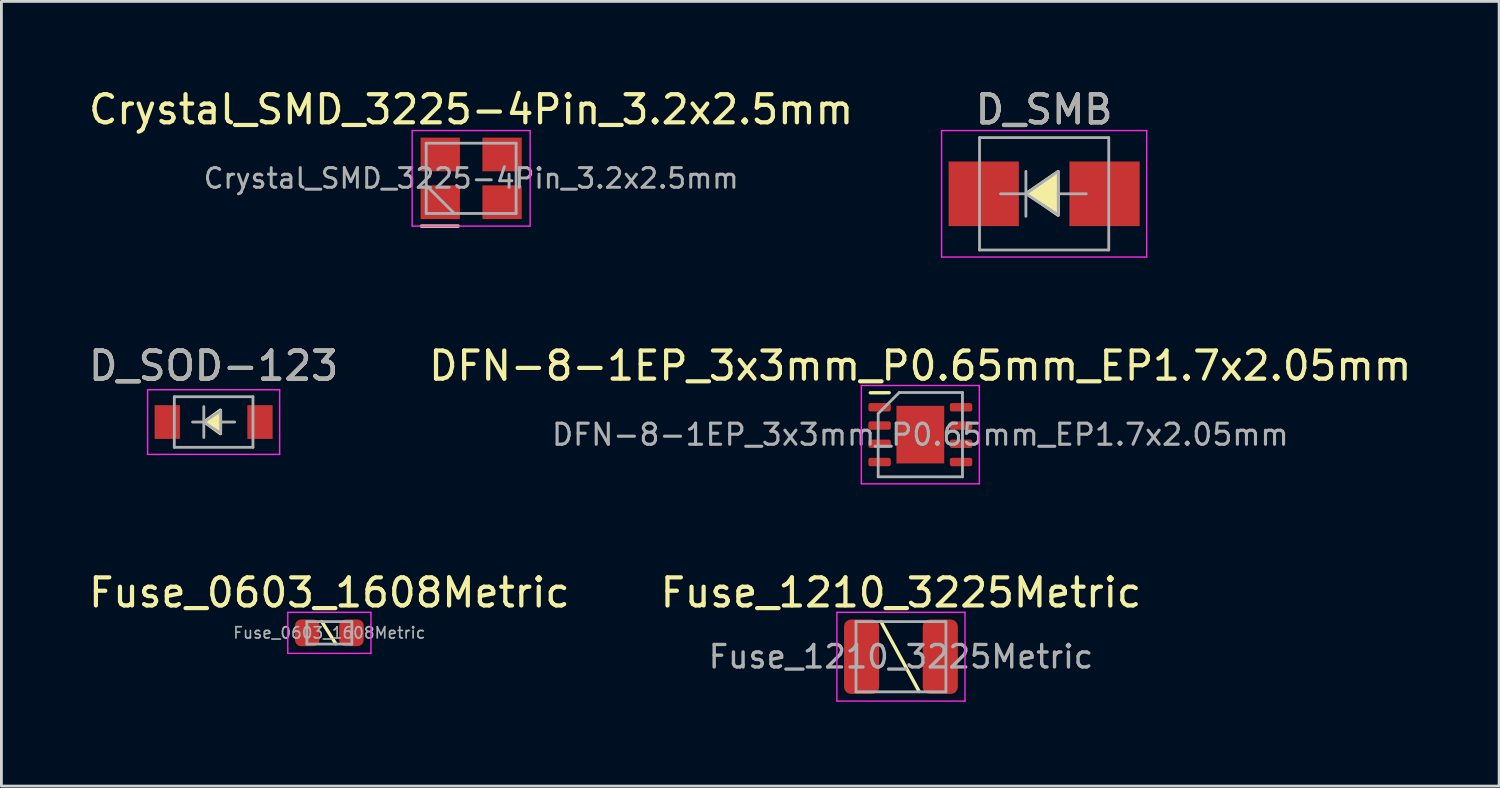
<source format=kicad_pcb>
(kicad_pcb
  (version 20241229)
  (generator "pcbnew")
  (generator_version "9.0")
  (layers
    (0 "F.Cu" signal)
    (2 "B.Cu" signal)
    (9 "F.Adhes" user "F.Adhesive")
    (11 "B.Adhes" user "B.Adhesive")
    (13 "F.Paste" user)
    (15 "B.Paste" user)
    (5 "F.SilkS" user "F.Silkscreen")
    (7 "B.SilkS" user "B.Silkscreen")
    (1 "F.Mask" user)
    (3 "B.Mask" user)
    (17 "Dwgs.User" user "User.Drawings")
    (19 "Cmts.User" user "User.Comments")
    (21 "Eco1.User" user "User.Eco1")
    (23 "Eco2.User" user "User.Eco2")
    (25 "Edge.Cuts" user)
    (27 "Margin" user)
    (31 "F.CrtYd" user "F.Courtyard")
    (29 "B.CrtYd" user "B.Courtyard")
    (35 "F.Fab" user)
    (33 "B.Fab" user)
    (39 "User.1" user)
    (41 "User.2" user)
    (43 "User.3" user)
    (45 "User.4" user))
  (footprint "Crystal_SMD_3225-4Pin_3.2x2.5mm"
    (layer "F.Cu")
    (at 13.72 3.298)
    (property "Reference" "Crystal_SMD_3225-4Pin_3.2x2.5mm" (at 0 -2.45 0) (layer "F.SilkS") (effects (font (size 1 1) (thickness 0.15))))
    (attr smd)
    (fp_line (start -1.77 1.7) (end -0.46 1.7) (stroke (width 0.12) (type solid)) (layer "F.SilkS"))
    (fp_line (start -2.1 -1.7) (end -2.1 1.7) (stroke (width 0.05) (type solid)) (layer "F.CrtYd"))
    (fp_line (start -2.1 1.7) (end 2.1 1.7) (stroke (width 0.05) (type solid)) (layer "F.CrtYd"))
    (fp_line (start 2.1 -1.7) (end -2.1 -1.7) (stroke (width 0.05) (type solid)) (layer "F.CrtYd"))
    (fp_line (start 2.1 1.7) (end 2.1 -1.7) (stroke (width 0.05) (type solid)) (layer "F.CrtYd"))
    (fp_line (start -1.6 -1.25) (end -1.6 1.25) (stroke (width 0.1) (type solid)) (layer "F.Fab"))
    (fp_line (start -1.6 0.25) (end -0.6 1.25) (stroke (width 0.1) (type solid)) (layer "F.Fab"))
    (fp_line (start -1.6 1.25) (end 1.6 1.25) (stroke (width 0.1) (type solid)) (layer "F.Fab"))
    (fp_line (start 1.6 -1.25) (end -1.6 -1.25) (stroke (width 0.1) (type solid)) (layer "F.Fab"))
    (fp_line (start 1.6 1.25) (end 1.6 -1.25) (stroke (width 0.1) (type solid)) (layer "F.Fab"))
    (fp_text user "${REFERENCE}" (at 0 0 0) (layer "F.Fab") (effects (font (size 0.7 0.7) (thickness 0.105))))
    (pad "1" smd rect (at -1.1 0.85) (size 1.4 1.2) (layers "F.Cu" "F.Mask" "F.Paste"))
    (pad "2" smd rect (at 1.1 0.85) (size 1.4 1.2) (layers "F.Cu" "F.Mask" "F.Paste"))
    (pad "3" smd rect (at 1.1 -0.85) (size 1.4 1.2) (layers "F.Cu" "F.Mask" "F.Paste"))
    (pad "4" smd rect (at -1.1 -0.85) (size 1.4 1.2) (layers "F.Cu" "F.Mask" "F.Paste")))
  (footprint "Fuse_0603_1608Metric"
    (layer "F.Cu")
    (at 8.673 19.475)
    (property "Reference" "Fuse_0603_1608Metric" (at 0 -1.43 0) (layer "F.SilkS") (effects (font (size 1 1) (thickness 0.15))))
    (attr smd)
    (fp_line (start -0.27 -0.4) (end 0.23 0.39) (stroke (width 0.12) (type solid)) (layer "F.SilkS"))
    (fp_line (start -1.48 -0.73) (end 1.48 -0.73) (stroke (width 0.05) (type solid)) (layer "F.CrtYd"))
    (fp_line (start -1.48 0.73) (end -1.48 -0.73) (stroke (width 0.05) (type solid)) (layer "F.CrtYd"))
    (fp_line (start 1.48 -0.73) (end 1.48 0.73) (stroke (width 0.05) (type solid)) (layer "F.CrtYd"))
    (fp_line (start 1.48 0.73) (end -1.48 0.73) (stroke (width 0.05) (type solid)) (layer "F.CrtYd"))
    (fp_line (start -0.8 -0.4) (end 0.8 -0.4) (stroke (width 0.1) (type solid)) (layer "F.Fab"))
    (fp_line (start -0.8 0.4) (end -0.8 -0.4) (stroke (width 0.1) (type solid)) (layer "F.Fab"))
    (fp_line (start 0.8 -0.4) (end 0.8 0.4) (stroke (width 0.1) (type solid)) (layer "F.Fab"))
    (fp_line (start 0.8 0.4) (end -0.8 0.4) (stroke (width 0.1) (type solid)) (layer "F.Fab"))
    (fp_text user "${REFERENCE}" (at 0 0 0) (layer "F.Fab") (effects (font (size 0.4 0.4) (thickness 0.06))))
    (pad "1" smd roundrect (at -0.787 0) (size 0.875 0.95) (layers "F.Cu" "F.Mask" "F.Paste") (roundrect_rratio 0.25))
    (pad "2" smd roundrect (at 0.787 0) (size 0.875 0.95) (layers "F.Cu" "F.Mask" "F.Paste") (roundrect_rratio 0.25)))
  (footprint "D_SOD-123"
    (layer "F.Cu")
    (at 4.554 11.972)
    (property "Reference" "D_SOD-123" (at 0 -2 0) (layer "F.SilkS") (effects (font (size 1 1) (thickness 0.15))))
    (attr smd)
    (fp_poly (pts (xy 0.24 0.41) (xy -0.33 -0.01) (xy 0.24 -0.42)) (stroke (width 0.12) (type solid)) (fill yes) (layer "F.SilkS"))
    (fp_line (start -2.35 -1.15) (end -2.35 1.15) (stroke (width 0.05) (type solid)) (layer "F.CrtYd"))
    (fp_line (start -2.35 -1.15) (end 2.35 -1.15) (stroke (width 0.05) (type solid)) (layer "F.CrtYd"))
    (fp_line (start 2.35 -1.15) (end 2.35 1.15) (stroke (width 0.05) (type solid)) (layer "F.CrtYd"))
    (fp_line (start 2.35 1.15) (end -2.35 1.15) (stroke (width 0.05) (type solid)) (layer "F.CrtYd"))
    (fp_line (start -1.4 -0.9) (end 1.4 -0.9) (stroke (width 0.1) (type solid)) (layer "F.Fab"))
    (fp_line (start -1.4 0.9) (end -1.4 -0.9) (stroke (width 0.1) (type solid)) (layer "F.Fab"))
    (fp_line (start -0.75 0) (end -0.35 0) (stroke (width 0.1) (type solid)) (layer "F.Fab"))
    (fp_line (start -0.35 0) (end -0.35 -0.55) (stroke (width 0.1) (type solid)) (layer "F.Fab"))
    (fp_line (start -0.35 0) (end -0.35 0.55) (stroke (width 0.1) (type solid)) (layer "F.Fab"))
    (fp_line (start -0.35 0) (end 0.25 -0.4) (stroke (width 0.1) (type solid)) (layer "F.Fab"))
    (fp_line (start 0.25 -0.4) (end 0.25 0.4) (stroke (width 0.1) (type solid)) (layer "F.Fab"))
    (fp_line (start 0.25 0) (end 0.75 0) (stroke (width 0.1) (type solid)) (layer "F.Fab"))
    (fp_line (start 0.25 0.4) (end -0.35 0) (stroke (width 0.1) (type solid)) (layer "F.Fab"))
    (fp_line (start 1.4 -0.9) (end 1.4 0.9) (stroke (width 0.1) (type solid)) (layer "F.Fab"))
    (fp_line (start 1.4 0.9) (end -1.4 0.9) (stroke (width 0.1) (type solid)) (layer "F.Fab"))
    (fp_text user "${REFERENCE}" (at 0 -2 0) (layer "F.Fab") (effects (font (size 1 1) (thickness 0.15))))
    (pad "1" smd rect (at -1.65 0) (size 0.9 1.2) (layers "F.Cu" "F.Mask" "F.Paste"))
    (pad "2" smd rect (at 1.65 0) (size 0.9 1.2) (layers "F.Cu" "F.Mask" "F.Paste")))
  (footprint "DFN-8-1EP_3x3mm_P0.65mm_EP1.7x2.05mm"
    (layer "F.Cu")
    (at 29.708 12.421)
    (property "Reference" "DFN-8-1EP_3x3mm_P0.65mm_EP1.7x2.05mm" (at 0 -2.45 0) (layer "F.SilkS") (effects (font (size 1 1) (thickness 0.15))))
    (attr smd)
    (fp_line (start -1.78 -1.49) (end -1.108 -1.492) (stroke (width 0.12) (type solid)) (layer "F.SilkS"))
    (fp_line (start -2.1 -1.75) (end -2.1 1.75) (stroke (width 0.05) (type solid)) (layer "F.CrtYd"))
    (fp_line (start -2.1 1.75) (end 2.1 1.75) (stroke (width 0.05) (type solid)) (layer "F.CrtYd"))
    (fp_line (start 2.1 -1.75) (end -2.1 -1.75) (stroke (width 0.05) (type solid)) (layer "F.CrtYd"))
    (fp_line (start 2.1 1.75) (end 2.1 -1.75) (stroke (width 0.05) (type solid)) (layer "F.CrtYd"))
    (fp_line (start -1.5 -0.75) (end -0.75 -1.5) (stroke (width 0.1) (type solid)) (layer "F.Fab"))
    (fp_line (start -1.5 1.5) (end -1.5 -0.75) (stroke (width 0.1) (type solid)) (layer "F.Fab"))
    (fp_line (start -0.75 -1.5) (end 1.5 -1.5) (stroke (width 0.1) (type solid)) (layer "F.Fab"))
    (fp_line (start 1.5 -1.5) (end 1.5 1.5) (stroke (width 0.1) (type solid)) (layer "F.Fab"))
    (fp_line (start 1.5 1.5) (end -1.5 1.5) (stroke (width 0.1) (type solid)) (layer "F.Fab"))
    (fp_text user "${REFERENCE}" (at 0 0 0) (layer "F.Fab") (effects (font (size 0.75 0.75) (thickness 0.11))))
    (pad "" smd roundrect (at -0.425 -0.51) (size 0.69 0.83) (layers "F.Paste") (roundrect_rratio 0.25))
    (pad "" smd roundrect (at -0.425 0.51) (size 0.69 0.83) (layers "F.Paste") (roundrect_rratio 0.25))
    (pad "" smd roundrect (at 0.425 -0.51) (size 0.69 0.83) (layers "F.Paste") (roundrect_rratio 0.25))
    (pad "" smd roundrect (at 0.425 0.51) (size 0.69 0.83) (layers "F.Paste") (roundrect_rratio 0.25))
    (pad "1" smd roundrect (at -1.45 0.975) (size 0.8 0.3) (layers "F.Cu" "F.Mask" "F.Paste") (roundrect_rratio 0.25))
    (pad "2" smd roundrect (at -1.45 -0.975) (size 0.8 0.3) (layers "F.Cu" "F.Mask" "F.Paste") (roundrect_rratio 0.25))
    (pad "2" smd roundrect (at -1.45 -0.325) (size 0.8 0.3) (layers "F.Cu" "F.Mask" "F.Paste") (roundrect_rratio 0.25))
    (pad "2" smd roundrect (at -1.45 0.325) (size 0.8 0.3) (layers "F.Cu" "F.Mask" "F.Paste") (roundrect_rratio 0.25))
    (pad "3" smd rect (at 0 0) (size 1.7 2.05) (layers "F.Cu" "F.Mask"))
    (pad "3" smd roundrect (at 1.45 -0.975) (size 0.8 0.3) (layers "F.Cu" "F.Mask" "F.Paste") (roundrect_rratio 0.25))
    (pad "3" smd roundrect (at 1.45 -0.325) (size 0.8 0.3) (layers "F.Cu" "F.Mask" "F.Paste") (roundrect_rratio 0.25))
    (pad "3" smd roundrect (at 1.45 0.325) (size 0.8 0.3) (layers "F.Cu" "F.Mask" "F.Paste") (roundrect_rratio 0.25))
    (pad "3" smd roundrect (at 1.45 0.975) (size 0.8 0.3) (layers "F.Cu" "F.Mask" "F.Paste") (roundrect_rratio 0.25)))
  (footprint "Fuse_1210_3225Metric"
    (layer "F.Cu")
    (at 29.018 20.325)
    (property "Reference" "Fuse_1210_3225Metric" (at 0 -2.28 0) (layer "F.SilkS") (effects (font (size 1 1) (thickness 0.15))))
    (attr smd)
    (fp_line (start -0.71 -1.25) (end 0.65 1.24) (stroke (width 0.12) (type solid)) (layer "F.SilkS"))
    (fp_line (start -2.28 -1.58) (end 2.28 -1.58) (stroke (width 0.05) (type solid)) (layer "F.CrtYd"))
    (fp_line (start -2.28 1.58) (end -2.28 -1.58) (stroke (width 0.05) (type solid)) (layer "F.CrtYd"))
    (fp_line (start 2.28 -1.58) (end 2.28 1.58) (stroke (width 0.05) (type solid)) (layer "F.CrtYd"))
    (fp_line (start 2.28 1.58) (end -2.28 1.58) (stroke (width 0.05) (type solid)) (layer "F.CrtYd"))
    (fp_line (start -1.6 -1.25) (end 1.6 -1.25) (stroke (width 0.1) (type solid)) (layer "F.Fab"))
    (fp_line (start -1.6 1.25) (end -1.6 -1.25) (stroke (width 0.1) (type solid)) (layer "F.Fab"))
    (fp_line (start 1.6 -1.25) (end 1.6 1.25) (stroke (width 0.1) (type solid)) (layer "F.Fab"))
    (fp_line (start 1.6 1.25) (end -1.6 1.25) (stroke (width 0.1) (type solid)) (layer "F.Fab"))
    (fp_text user "${REFERENCE}" (at 0 0 0) (layer "F.Fab") (effects (font (size 0.8 0.8) (thickness 0.12))))
    (pad "1" smd roundrect (at -1.4 0) (size 1.25 2.65) (layers "F.Cu" "F.Mask" "F.Paste") (roundrect_rratio 0.2))
    (pad "2" smd roundrect (at 1.4 0) (size 1.25 2.65) (layers "F.Cu" "F.Mask" "F.Paste") (roundrect_rratio 0.2)))
  (footprint "D_SMB"
    (layer "F.Cu")
    (at 34.115 3.848)
    (property "Reference" "D_SMB" (at 0 -3 0) (layer "F.SilkS") (effects (font (size 1 1) (thickness 0.15))))
    (attr smd)
    (fp_poly (pts (xy 0.5 0.76) (xy -0.62 -0.02) (xy 0.49 -0.78)) (stroke (width 0.12) (type solid)) (fill yes) (layer "F.SilkS"))
    (fp_line (start -3.65 -2.25) (end 3.65 -2.25) (stroke (width 0.05) (type solid)) (layer "F.CrtYd"))
    (fp_line (start -3.65 2.25) (end -3.65 -2.25) (stroke (width 0.05) (type solid)) (layer "F.CrtYd"))
    (fp_line (start 3.65 -2.25) (end 3.65 2.25) (stroke (width 0.05) (type solid)) (layer "F.CrtYd"))
    (fp_line (start 3.65 2.25) (end -3.65 2.25) (stroke (width 0.05) (type solid)) (layer "F.CrtYd"))
    (fp_line (start -2.3 2) (end -2.3 -2) (stroke (width 0.1) (type solid)) (layer "F.Fab"))
    (fp_line (start -0.649 -0.799) (end -0.649 0.801) (stroke (width 0.1) (type solid)) (layer "F.Fab"))
    (fp_line (start -0.649 0.001) (end -1.551 0.001) (stroke (width 0.1) (type solid)) (layer "F.Fab"))
    (fp_line (start -0.649 0.001) (end 0.501 -0.799) (stroke (width 0.1) (type solid)) (layer "F.Fab"))
    (fp_line (start -0.649 0.001) (end 0.501 0.75) (stroke (width 0.1) (type solid)) (layer "F.Fab"))
    (fp_line (start 0.501 0.001) (end 1.499 0.001) (stroke (width 0.1) (type solid)) (layer "F.Fab"))
    (fp_line (start 0.501 0.75) (end 0.501 -0.799) (stroke (width 0.1) (type solid)) (layer "F.Fab"))
    (fp_line (start 2.3 -2) (end -2.3 -2) (stroke (width 0.1) (type solid)) (layer "F.Fab"))
    (fp_line (start 2.3 -2) (end 2.3 2) (stroke (width 0.1) (type solid)) (layer "F.Fab"))
    (fp_line (start 2.3 2) (end -2.3 2) (stroke (width 0.1) (type solid)) (layer "F.Fab"))
    (fp_text user "${REFERENCE}" (at 0 -3 0) (layer "F.Fab") (effects (font (size 1 1) (thickness 0.15))))
    (pad "1" smd rect (at -2.15 0) (size 2.5 2.3) (layers "F.Cu" "F.Mask" "F.Paste"))
    (pad "2" smd rect (at 2.15 0) (size 2.5 2.3) (layers "F.Cu" "F.Mask" "F.Paste")))
  (gr_rect
    (start -3 -3)
    (end 50.31 24.93)
    (stroke (width 0.1) (type default))
    (fill no)
    (layer "Edge.Cuts")))
</source>
